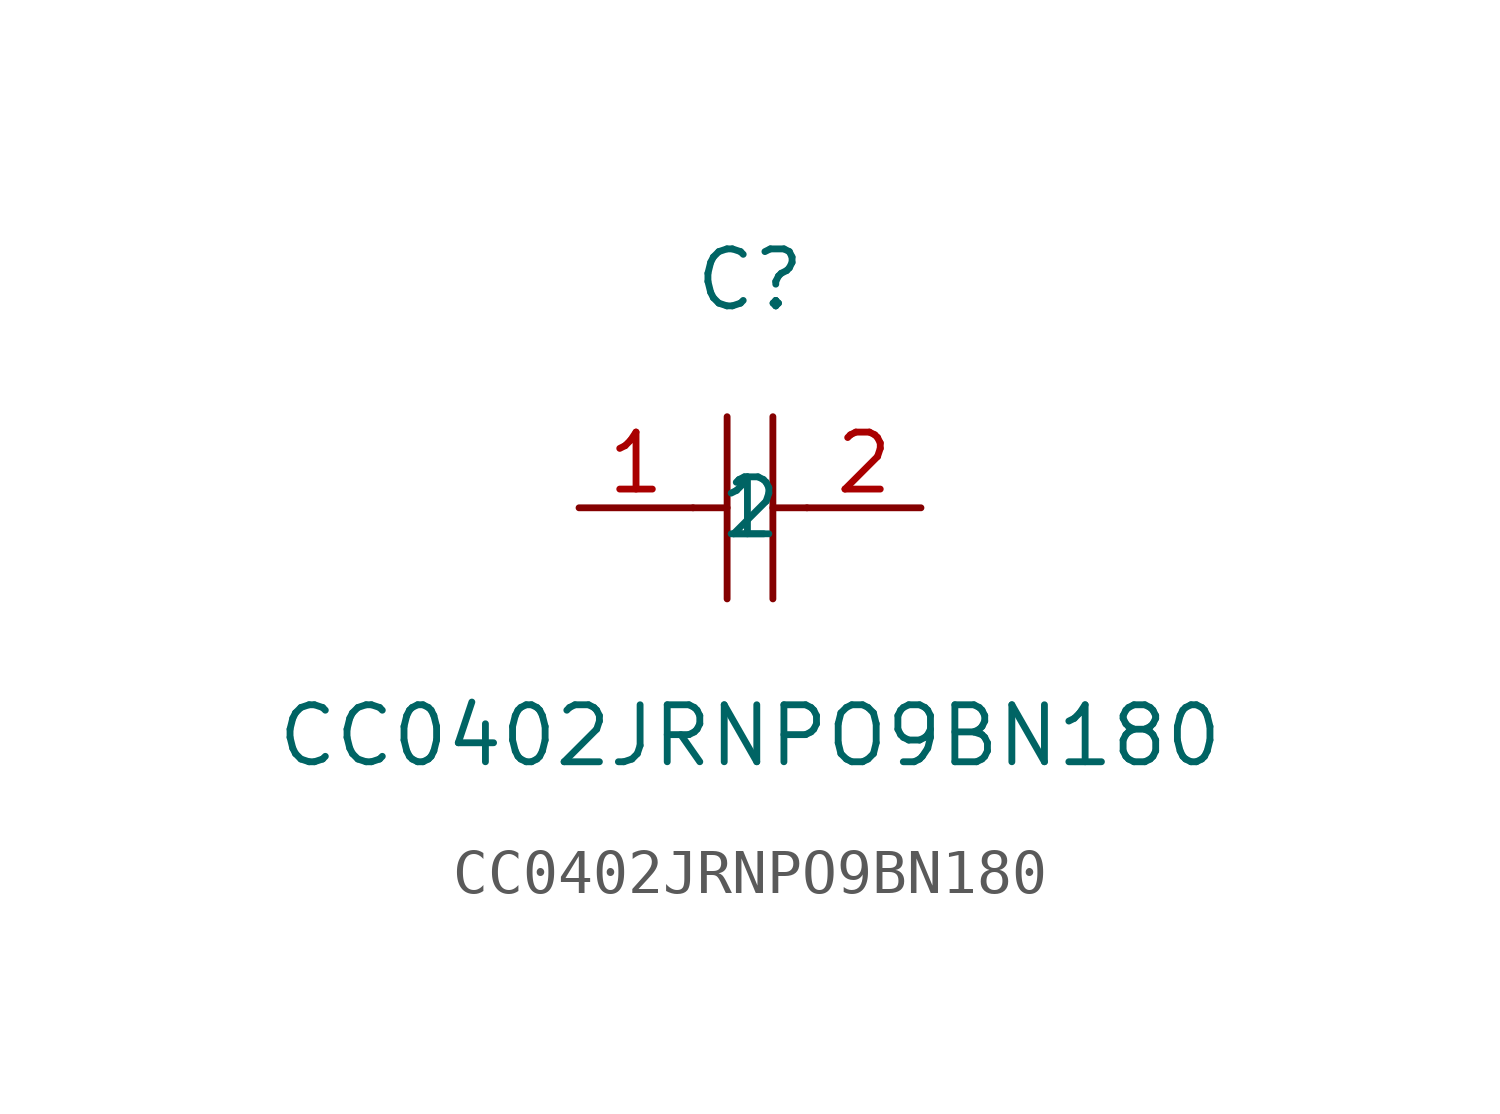
<source format=kicad_sym>
(kicad_symbol_lib
  (version 1)
  (generator "faebryk")
  (symbol "CC0402JRNPO9BN180"
    (property "Reference" "C"
      (at 0 5.08 0)
      (effects (font (size 1.27 1.27)) (hide no)))
    (property "Value" "CC0402JRNPO9BN180"
      (at 0 -5.08 0)
      (effects (font (size 1.27 1.27)) (hide no)))
    (symbol "CC0402JRNPO9BN180_0_1"
      (polyline (stroke (width 0) (type default) (color 0 0 0 0)) (fill (type none)) (pts (xy -0.51 2.03) (xy -0.51 -2.03)))
      (polyline (stroke (width 0) (type default) (color 0 0 0 0)) (fill (type none)) (pts (xy 0.51 2.03) (xy 0.51 -2.03)))
      (polyline (stroke (width 0) (type default) (color 0 0 0 0)) (fill (type none)) (pts (xy -1.27 0) (xy -0.51 0)))
      (polyline (stroke (width 0) (type default) (color 0 0 0 0)) (fill (type none)) (pts (xy 0.51 0) (xy 1.27 0)))
      (pin input line (at -3.81 0 0) (length 2.54) (name "1" (effects (font (size 1.27 1.27)) (hide no))) (number "1" (effects (font (size 1.27 1.27)) (hide no))))
      (pin input line (at 3.81 0 180) (length 2.54) (name "2" (effects (font (size 1.27 1.27)) (hide no))) (number "2" (effects (font (size 1.27 1.27)) (hide no)))))))
</source>
